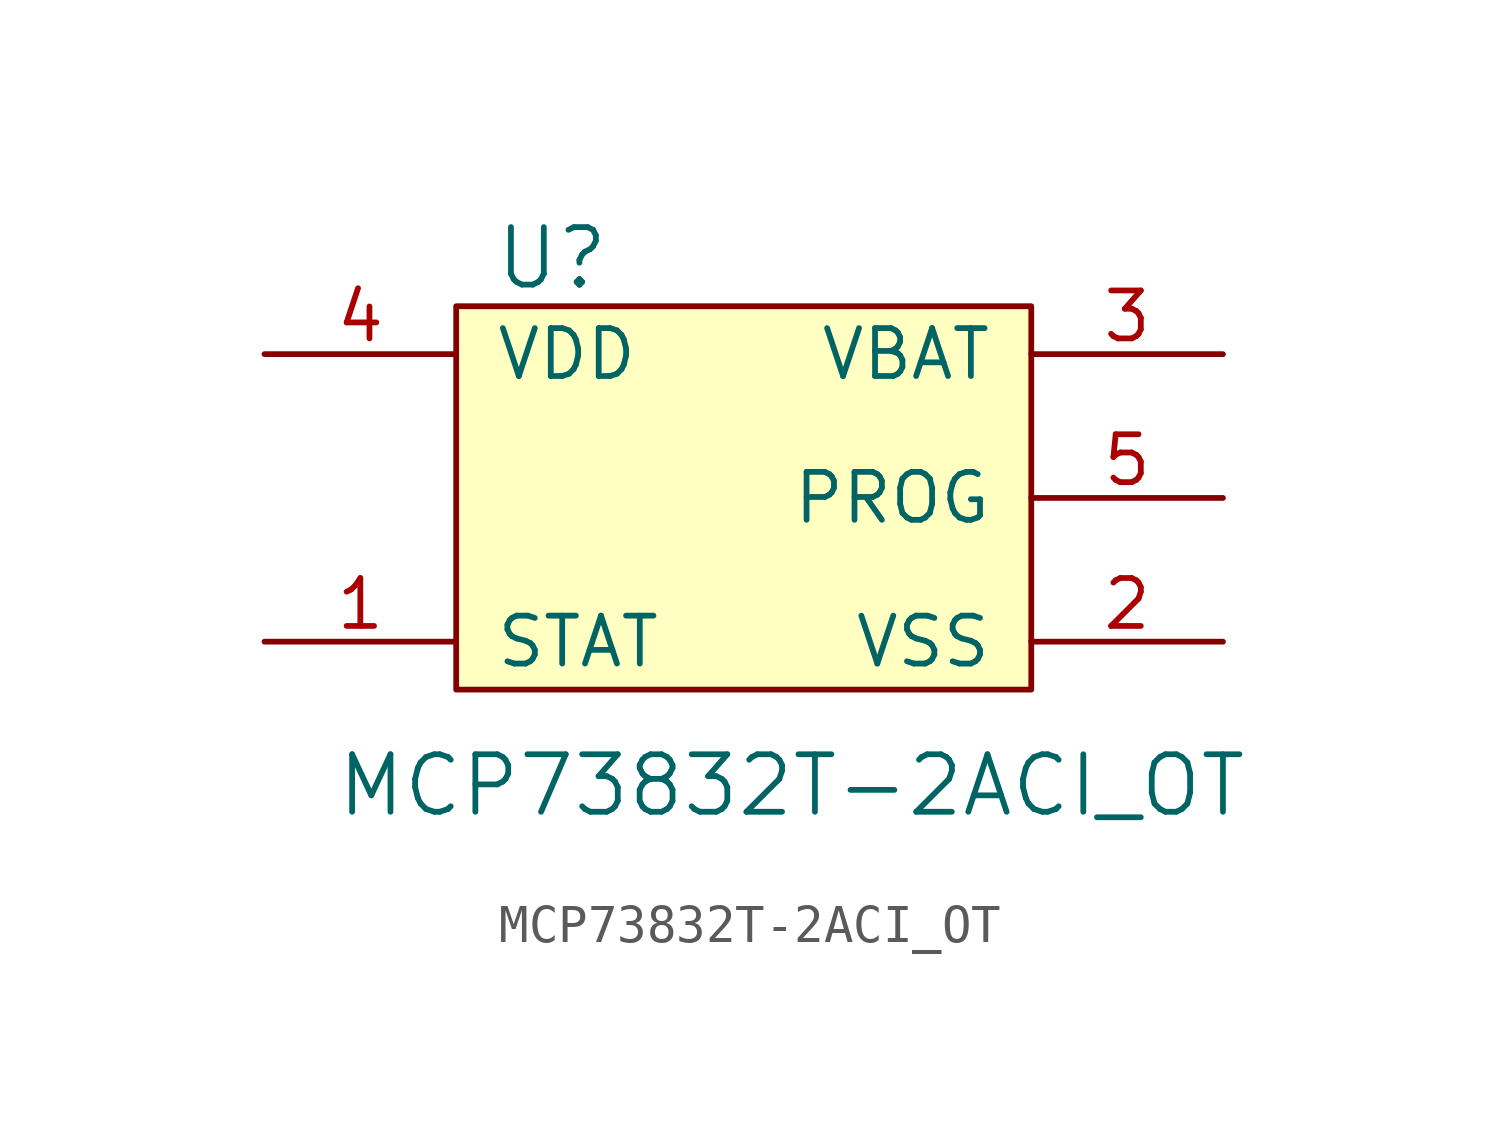
<source format=kicad_sym>
(kicad_symbol_lib
  (version 20220914)
  (generator kicad_symbol_editor)
  (symbol "MCP73832T-2ACI_OT"
    (pin_names
      (offset 1.016))
    (property "Reference" "U"
      (at -5.08 1.27 0)
      (effects (font (size 1.524 1.524))))
    (property "Value" "MCP73832T-2ACI_OT"
      (at 1.27 -12.7 0)
      (effects (font (size 1.524 1.524))))
    (symbol "MCP73832T-2ACI_OT_0_1"
      (rectangle (start -7.62 0) (end 7.62 -10.16) (stroke (width 0) (type solid)) (fill (type background))))
    (symbol "MCP73832T-2ACI_OT_1_1"
      (pin input line (at -12.7 -8.89 0) (length 5.08) (name "STAT" (effects (font (size 1.27 1.27)))) (number "1" (effects (font (size 1.27 1.27)))))
      (pin power_in line (at 12.7 -8.89 180) (length 5.08) (name "VSS" (effects (font (size 1.27 1.27)))) (number "2" (effects (font (size 1.27 1.27)))))
      (pin output line (at 12.7 -1.27 180) (length 5.08) (name "VBAT" (effects (font (size 1.27 1.27)))) (number "3" (effects (font (size 1.27 1.27)))))
      (pin power_in line (at -12.7 -1.27 0) (length 5.08) (name "VDD" (effects (font (size 1.27 1.27)))) (number "4" (effects (font (size 1.27 1.27)))))
      (pin input line (at 12.7 -5.08 180) (length 5.08) (name "PROG" (effects (font (size 1.27 1.27)))) (number "5" (effects (font (size 1.27 1.27))))))))
</source>
